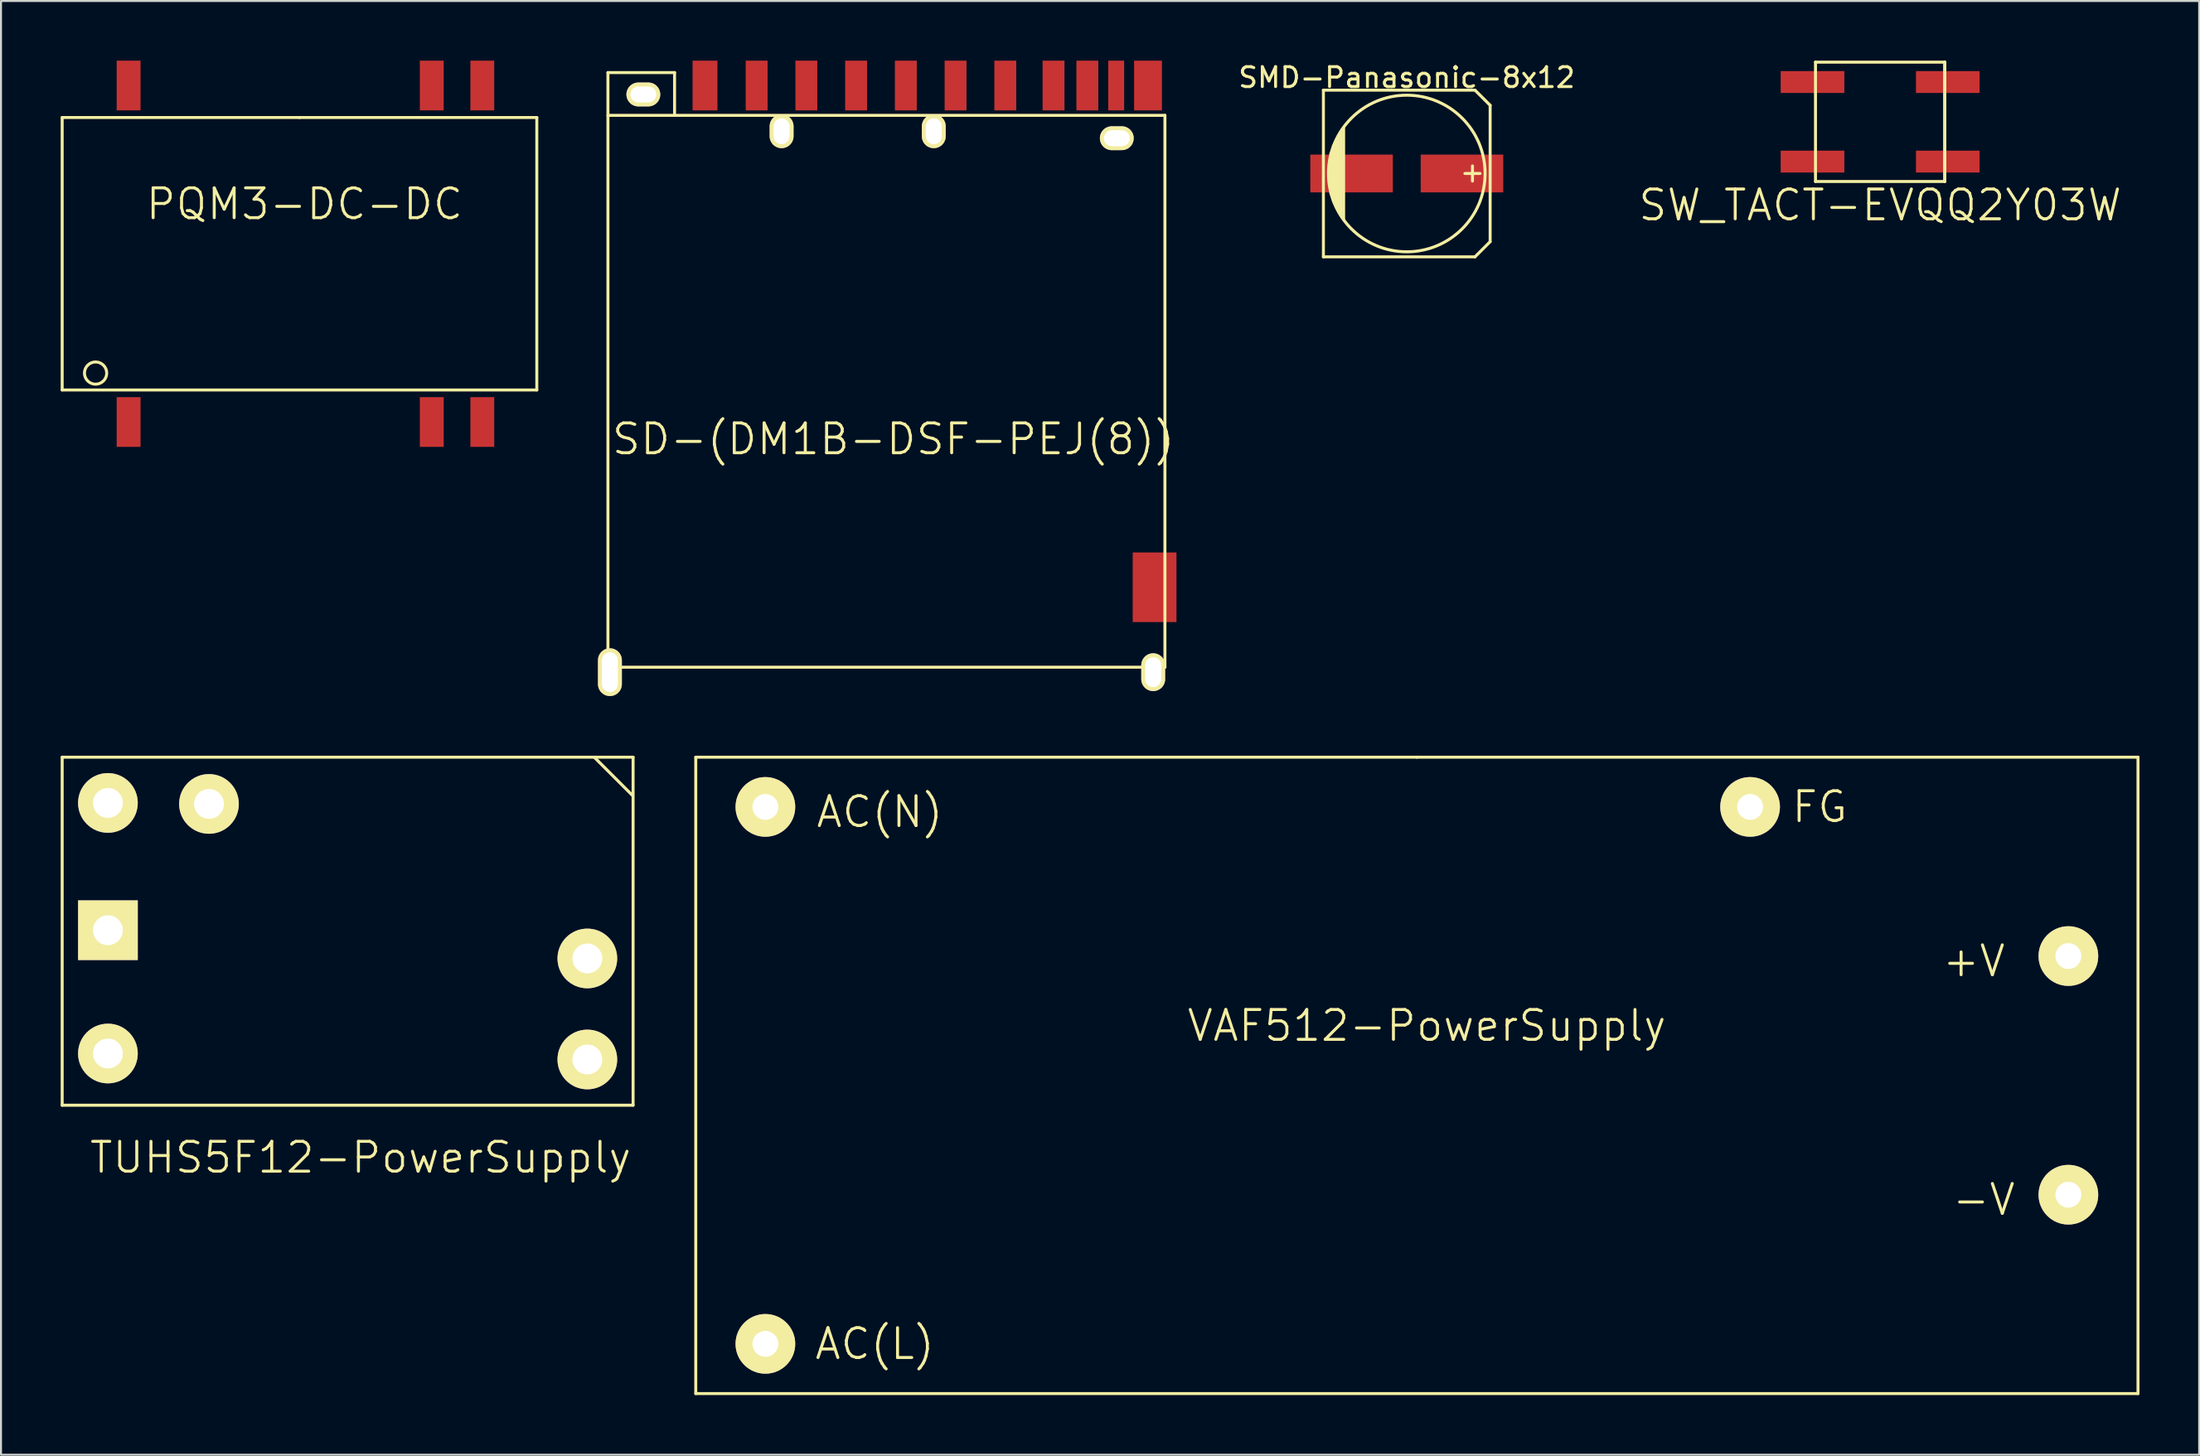
<source format=kicad_pcb>
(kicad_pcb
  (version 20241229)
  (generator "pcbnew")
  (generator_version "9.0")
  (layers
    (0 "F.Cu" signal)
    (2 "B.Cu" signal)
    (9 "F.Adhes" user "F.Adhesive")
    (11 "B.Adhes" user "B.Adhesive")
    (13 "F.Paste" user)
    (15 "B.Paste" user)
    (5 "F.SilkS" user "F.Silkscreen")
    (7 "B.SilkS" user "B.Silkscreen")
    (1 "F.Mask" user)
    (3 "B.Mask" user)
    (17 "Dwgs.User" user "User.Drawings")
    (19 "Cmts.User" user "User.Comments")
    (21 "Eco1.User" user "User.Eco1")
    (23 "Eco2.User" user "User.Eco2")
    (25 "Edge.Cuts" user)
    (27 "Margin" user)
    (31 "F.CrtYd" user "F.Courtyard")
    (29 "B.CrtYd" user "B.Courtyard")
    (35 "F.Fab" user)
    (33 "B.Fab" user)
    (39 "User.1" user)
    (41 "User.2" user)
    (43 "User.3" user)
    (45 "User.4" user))
  (footprint "PQM3-DC-DC"
    (layer "F.Cu")
    (at 12.005 9.71)
    (property "Reference" "PQM3-DC-DC" (at 0.25 -2.5 0) (layer "F.SilkS") (effects (font (size 1.5 1.5) (thickness 0.15))))
    (attr through_hole)
    (fp_line (start -11.93 -6.85) (end -11.93 6.85) (stroke (width 0.15) (type solid)) (layer "F.SilkS"))
    (fp_line (start -11.93 6.85) (end 11.93 6.85) (stroke (width 0.15) (type solid)) (layer "F.SilkS"))
    (fp_line (start 0 -6.85) (end -11.93 -6.85) (stroke (width 0.15) (type solid)) (layer "F.SilkS"))
    (fp_line (start 0 -6.85) (end 11.93 -6.85) (stroke (width 0.15) (type solid)) (layer "F.SilkS"))
    (fp_line (start 11.93 -6.85) (end 11.93 6.85) (stroke (width 0.15) (type solid)) (layer "F.SilkS"))
    (fp_circle (center -10.25 6) (end -9.75 6.25) (stroke (width 0.15) (type solid)) (fill no) (layer "F.SilkS"))
    (pad "1" smd trapezoid (at -8.59 8.46) (size 1.2 2.5) (layers "F.Cu" "F.Mask" "F.Paste"))
    (pad "7" smd trapezoid (at 6.65 8.46) (size 1.2 2.5) (layers "F.Cu" "F.Mask" "F.Paste"))
    (pad "8" smd trapezoid (at 9.19 8.46) (size 1.2 2.5) (layers "F.Cu" "F.Mask" "F.Paste"))
    (pad "9" smd trapezoid (at 9.19 -8.46) (size 1.2 2.5) (layers "F.Cu" "F.Mask" "F.Paste"))
    (pad "10" smd trapezoid (at 6.65 -8.46) (size 1.2 2.5) (layers "F.Cu" "F.Mask" "F.Paste"))
    (pad "16" smd trapezoid (at -8.59 -8.46) (size 1.2 2.5) (layers "F.Cu" "F.Mask" "F.Paste")))
  (footprint "SMD-Panasonic-8x12"
    (layer "F.Cu")
    (at 67.667 5.674)
    (property "Reference" "SMD-Panasonic-8x12" (at 0 -4.826 0) (layer "F.SilkS") (effects (font (size 1 1) (thickness 0.15))))
    (attr through_hole)
    (fp_line (start -4.191 -4.191) (end -4.191 4.191) (stroke (width 0.15) (type solid)) (layer "F.SilkS"))
    (fp_line (start -4.191 4.191) (end 3.429 4.191) (stroke (width 0.15) (type solid)) (layer "F.SilkS"))
    (fp_line (start -3.81 -1.016) (end -3.81 1.016) (stroke (width 0.15) (type solid)) (layer "F.SilkS"))
    (fp_line (start -3.683 1.397) (end -3.683 -1.397) (stroke (width 0.15) (type solid)) (layer "F.SilkS"))
    (fp_line (start -3.556 -1.651) (end -3.556 1.651) (stroke (width 0.15) (type solid)) (layer "F.SilkS"))
    (fp_line (start -3.429 1.905) (end -3.429 -1.905) (stroke (width 0.15) (type solid)) (layer "F.SilkS"))
    (fp_line (start -3.302 2.032) (end -3.302 -2.032) (stroke (width 0.15) (type solid)) (layer "F.SilkS"))
    (fp_line (start -3.175 -2.286) (end -3.175 2.286) (stroke (width 0.15) (type solid)) (layer "F.SilkS"))
    (fp_line (start 3.302 -0.381) (end 3.302 0.381) (stroke (width 0.15) (type solid)) (layer "F.SilkS"))
    (fp_line (start 3.429 -4.191) (end -4.191 -4.191) (stroke (width 0.15) (type solid)) (layer "F.SilkS"))
    (fp_line (start 3.429 4.191) (end 4.191 3.429) (stroke (width 0.15) (type solid)) (layer "F.SilkS"))
    (fp_line (start 3.683 0) (end 2.921 0) (stroke (width 0.15) (type solid)) (layer "F.SilkS"))
    (fp_line (start 4.191 -3.429) (end 3.429 -4.191) (stroke (width 0.15) (type solid)) (layer "F.SilkS"))
    (fp_line (start 4.191 3.429) (end 4.191 -3.429) (stroke (width 0.15) (type solid)) (layer "F.SilkS"))
    (fp_circle (center 0 0) (end 3.937 0) (stroke (width 0.15) (type solid)) (fill no) (layer "F.SilkS"))
    (pad "1" smd rect (at 2.775 0) (size 4.15 1.9) (layers "F.Cu" "F.Mask" "F.Paste"))
    (pad "2" smd rect (at -2.775 0) (size 4.15 1.9) (layers "F.Cu" "F.Mask" "F.Paste")))
  (footprint "TUHS5F12-PowerSupply"
    (layer "F.Cu")
    (at 15.075 43.725)
    (property "Reference" "TUHS5F12-PowerSupply" (at 0 11.43 0) (layer "F.SilkS") (effects (font (size 1.5 1.5) (thickness 0.15))))
    (attr through_hole)
    (fp_line (start -15 -8.7) (end -15 8.8) (stroke (width 0.15) (type solid)) (layer "F.SilkS"))
    (fp_line (start -15 -8.7) (end 13.7 -8.7) (stroke (width 0.15) (type solid)) (layer "F.SilkS"))
    (fp_line (start -15 8.8) (end 13.7 8.8) (stroke (width 0.15) (type solid)) (layer "F.SilkS"))
    (fp_line (start 13.665 -6.782) (end 11.76 -8.687) (stroke (width 0.15) (type solid)) (layer "F.SilkS"))
    (fp_line (start 13.7 -8.7) (end 13.7 8.8) (stroke (width 0.15) (type solid)) (layer "F.SilkS"))
    (pad "1" thru_hole trapezoid (at -12.7 0) (size 3 3) (drill 1.5) (layers "*.Cu" "*.Mask" "F.SilkS"))
    (pad "2" thru_hole circle (at -12.7 6.2) (size 3 3) (drill 1.5) (layers "*.Cu" "*.Mask" "F.SilkS"))
    (pad "3" thru_hole circle (at -12.7 -6.4) (size 3 3) (drill 1.5) (layers "*.Cu" "*.Mask" "F.SilkS"))
    (pad "4" thru_hole circle (at -7.62 -6.35) (size 3 3) (drill 1.5) (layers "*.Cu" "*.Mask" "F.SilkS"))
    (pad "5" thru_hole circle (at 11.4 1.42) (size 3 3) (drill 1.5) (layers "*.Cu" "*.Mask" "F.SilkS"))
    (pad "6" thru_hole circle (at 11.4 6.5) (size 3 3) (drill 1.5) (layers "*.Cu" "*.Mask" "F.SilkS")))
  (footprint "SD-(DM1B-DSF-PEJ(8))"
    (layer "F.Cu")
    (at 41.86 15.22)
    (property "Reference" "SD-(DM1B-DSF-PEJ(8))" (at 0 3.81 0) (layer "F.SilkS") (effects (font (size 1.5 1.5) (thickness 0.15))))
    (attr through_hole)
    (fp_line (start -14.35 -14.62) (end -14.35 15.28) (stroke (width 0.15) (type solid)) (layer "F.SilkS"))
    (fp_line (start -14.35 -14.62) (end -11 -14.62) (stroke (width 0.15) (type solid)) (layer "F.SilkS"))
    (fp_line (start -14.35 -12.47) (end 13.65 -12.47) (stroke (width 0.15) (type solid)) (layer "F.SilkS"))
    (fp_line (start -14.35 15.28) (end 13.65 15.28) (stroke (width 0.15) (type solid)) (layer "F.SilkS"))
    (fp_line (start -11 -14.62) (end -11 -12.47) (stroke (width 0.15) (type solid)) (layer "F.SilkS"))
    (fp_line (start 13.65 -12.47) (end 13.65 15.28) (stroke (width 0.15) (type solid)) (layer "F.SilkS"))
    (pad "1" smd trapezoid (at -6.875 -13.97) (size 1.1 2.5) (layers "F.Cu" "F.Mask" "F.Paste"))
    (pad "2" smd trapezoid (at -4.375 -13.97) (size 1.1 2.5) (layers "F.Cu" "F.Mask" "F.Paste"))
    (pad "3" smd trapezoid (at -1.875 -13.97) (size 1.1 2.5) (layers "F.Cu" "F.Mask" "F.Paste"))
    (pad "4" smd trapezoid (at 0.625 -13.97) (size 1.1 2.5) (layers "F.Cu" "F.Mask" "F.Paste"))
    (pad "5" smd trapezoid (at 3.125 -13.97) (size 1.1 2.5) (layers "F.Cu" "F.Mask" "F.Paste"))
    (pad "6" smd trapezoid (at 5.625 -13.97) (size 1.1 2.5) (layers "F.Cu" "F.Mask" "F.Paste"))
    (pad "7" smd trapezoid (at 8.05 -13.97) (size 1.1 2.5) (layers "F.Cu" "F.Mask" "F.Paste"))
    (pad "8" smd trapezoid (at 9.75 -13.97) (size 1.1 2.5) (layers "F.Cu" "F.Mask" "F.Paste"))
    (pad "9" smd trapezoid (at -9.47 -13.97) (size 1.25 2.5) (layers "F.Cu" "F.Mask" "F.Paste"))
    (pad "10" smd trapezoid (at 11.2 -13.97) (size 0.8 2.5) (layers "F.Cu" "F.Mask" "F.Paste"))
    (pad "11" smd trapezoid (at 12.8 -13.97) (size 1.4 2.5) (layers "F.Cu" "F.Mask" "F.Paste"))
    (pad "~" smd trapezoid (at 13.13 11.26) (size 2.2 3.5) (layers "F.Cu" "F.Mask" "F.Paste"))
    (pad "~A" thru_hole oval (at -12.57 -13.52) (size 1.7 1.2) (drill oval 1.3 0.8) (layers "*.Cu" "*.Mask" "F.SilkS"))
    (pad "~A" thru_hole oval (at -5.62 -11.67) (size 1.2 1.7) (drill oval 0.8 1.3) (layers "*.Cu" "*.Mask" "F.SilkS"))
    (pad "~A" thru_hole oval (at 2.03 -11.67) (size 1.2 1.7) (drill oval 0.8 1.3) (layers "*.Cu" "*.Mask" "F.SilkS"))
    (pad "~A" thru_hole oval (at 11.23 -11.32) (size 1.7 1.2) (drill oval 1.3 0.8) (layers "*.Cu" "*.Mask" "F.SilkS"))
    (pad "~B" thru_hole oval (at 13.06 15.53) (size 1.2 1.9) (drill oval 0.8 1.5) (layers "*.Cu" "*.Mask" "F.SilkS"))
    (pad "~C" thru_hole oval (at -14.25 15.53) (size 1.2 2.4) (drill oval 0.8 2) (layers "*.Cu" "*.Mask" "F.SilkS")))
  (footprint "VAF512-PowerSupply"
    (layer "F.Cu")
    (at 68.175 51.025)
    (property "Reference" "VAF512-PowerSupply" (at 0.5 -2.5 0) (layer "F.SilkS") (effects (font (size 1.5 1.5) (thickness 0.15))))
    (attr through_hole)
    (fp_line (start -36.25 -16) (end -36.25 16) (stroke (width 0.15) (type solid)) (layer "F.SilkS"))
    (fp_line (start 0 -16) (end -36.25 -16) (stroke (width 0.15) (type solid)) (layer "F.SilkS"))
    (fp_line (start 0 -16) (end 36.25 -16) (stroke (width 0.15) (type solid)) (layer "F.SilkS"))
    (fp_line (start 36.25 -16) (end 36.25 16) (stroke (width 0.15) (type solid)) (layer "F.SilkS"))
    (fp_line (start 36.25 16) (end -36.25 16) (stroke (width 0.15) (type solid)) (layer "F.SilkS"))
    (fp_text user "AC(L)" (at -27.25 13.5 0) (layer "F.SilkS") (effects (font (size 1.5 1.5) (thickness 0.15))))
    (fp_text user "FG" (at 20.25 -13.5 0) (layer "F.SilkS") (effects (font (size 1.5 1.5) (thickness 0.15))))
    (fp_text user "+V" (at 28 -5.75 0) (layer "F.SilkS") (effects (font (size 1.5 1.5) (thickness 0.15))))
    (fp_text user "AC(N)" (at -27 -13.25 0) (layer "F.SilkS") (effects (font (size 1.5 1.5) (thickness 0.15))))
    (fp_text user "-V" (at 28.5 6.25 0) (layer "F.SilkS") (effects (font (size 1.5 1.5) (thickness 0.15))))
    (pad "1" thru_hole circle (at -32.75 -13.5) (size 3 3) (drill 1.3) (layers "*.Cu" "*.Mask" "F.SilkS"))
    (pad "2" thru_hole circle (at -32.75 13.5) (size 3 3) (drill 1.3) (layers "*.Cu" "*.Mask" "F.SilkS"))
    (pad "3" thru_hole circle (at 16.75 -13.5) (size 3 3) (drill 1.3) (layers "*.Cu" "*.Mask" "F.SilkS"))
    (pad "4" thru_hole circle (at 32.75 -6) (size 3 3) (drill 1.3) (layers "*.Cu" "*.Mask" "F.SilkS"))
    (pad "5" thru_hole circle (at 32.75 6) (size 3 3) (drill 1.3) (layers "*.Cu" "*.Mask" "F.SilkS")))
  (footprint "SW_TACT-EVQQ2Y03W"
    (layer "F.Cu")
    (at 91.463 3.075)
    (property "Reference" "SW_TACT-EVQQ2Y03W" (at 0 4.191 0) (layer "F.SilkS") (effects (font (size 1.5 1.5) (thickness 0.15))))
    (attr through_hole)
    (fp_line (start -3.25 -3) (end -3.25 3) (stroke (width 0.15) (type solid)) (layer "F.SilkS"))
    (fp_line (start -3.25 -3) (end 3.25 -3) (stroke (width 0.15) (type solid)) (layer "F.SilkS"))
    (fp_line (start 3.25 -3) (end 3.25 3) (stroke (width 0.15) (type solid)) (layer "F.SilkS"))
    (fp_line (start 3.25 -3) (end 3.25 3) (stroke (width 0.15) (type solid)) (layer "F.SilkS"))
    (fp_line (start 3.25 3) (end -3.25 3) (stroke (width 0.15) (type solid)) (layer "F.SilkS"))
    (pad "1" smd rect (at -3.4 -2) (size 3.2 1.1) (layers "F.Cu" "F.Mask" "F.Paste"))
    (pad "2" smd rect (at -3.4 2) (size 3.2 1.1) (layers "F.Cu" "F.Mask" "F.Paste"))
    (pad "3" smd rect (at 3.4 -2) (size 3.2 1.1) (layers "F.Cu" "F.Mask" "F.Paste"))
    (pad "4" smd rect (at 3.4 2) (size 3.2 1.1) (layers "F.Cu" "F.Mask" "F.Paste")))
  (gr_rect
    (start -3 -3)
    (end 107.5 70.1)
    (stroke (width 0.1) (type default))
    (fill no)
    (layer "Edge.Cuts")))
</source>
